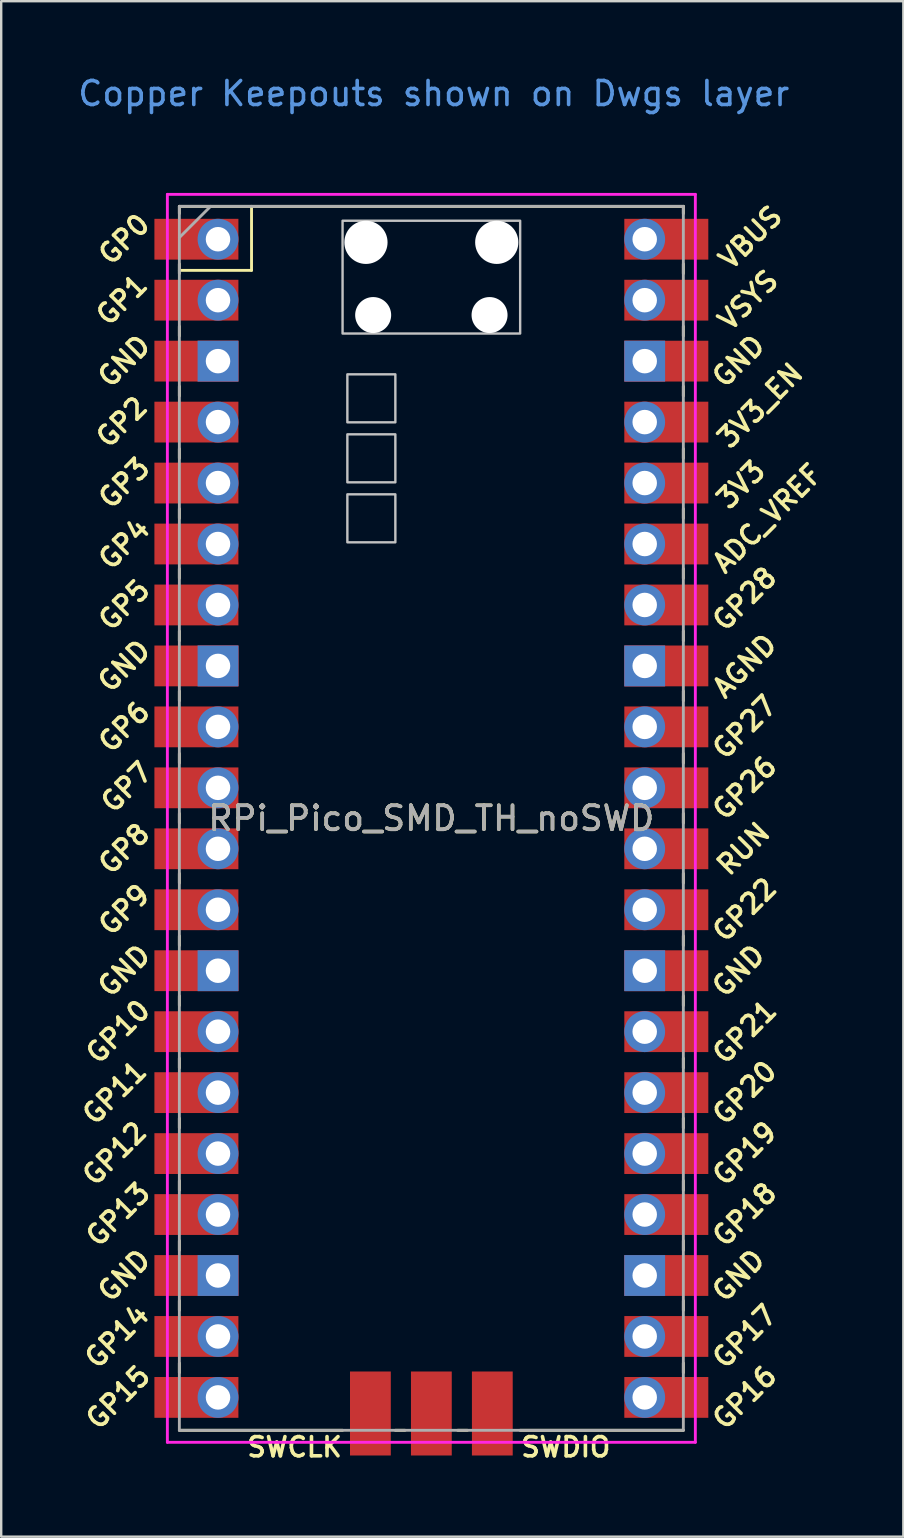
<source format=kicad_pcb>
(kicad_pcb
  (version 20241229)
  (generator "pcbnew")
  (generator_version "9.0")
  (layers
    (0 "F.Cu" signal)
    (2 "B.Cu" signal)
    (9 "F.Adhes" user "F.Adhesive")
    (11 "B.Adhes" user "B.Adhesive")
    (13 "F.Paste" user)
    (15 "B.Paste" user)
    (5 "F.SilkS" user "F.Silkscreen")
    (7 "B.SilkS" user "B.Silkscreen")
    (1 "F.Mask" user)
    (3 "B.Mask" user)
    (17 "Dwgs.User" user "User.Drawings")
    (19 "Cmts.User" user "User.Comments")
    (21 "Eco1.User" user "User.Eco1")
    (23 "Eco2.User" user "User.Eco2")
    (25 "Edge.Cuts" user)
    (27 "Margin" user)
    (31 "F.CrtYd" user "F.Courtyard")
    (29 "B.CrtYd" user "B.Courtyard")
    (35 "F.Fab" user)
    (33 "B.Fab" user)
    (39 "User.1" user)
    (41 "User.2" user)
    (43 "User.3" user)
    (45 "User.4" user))
  (footprint "RPi_Pico_SMD_TH_noSWD"
    (layer "F.Cu")
    (at 14.924 31.048)
    (property "Reference" "RPi_Pico_SMD_TH_noSWD" (at 0 0 0) (layer "F.SilkS") (effects (font (size 1 1) (thickness 0.15))))
    (attr through_hole)
    (fp_line (start -10.5 -25.5) (end -10.5 -25.2) (stroke (width 0.12) (type solid)) (layer "F.SilkS"))
    (fp_line (start -10.5 -25.5) (end 10.5 -25.5) (stroke (width 0.12) (type solid)) (layer "F.SilkS"))
    (fp_line (start -10.5 -23.1) (end -10.5 -22.7) (stroke (width 0.12) (type solid)) (layer "F.SilkS"))
    (fp_line (start -10.5 -22.833) (end -7.493 -22.833) (stroke (width 0.12) (type solid)) (layer "F.SilkS"))
    (fp_line (start -10.5 -20.5) (end -10.5 -20.1) (stroke (width 0.12) (type solid)) (layer "F.SilkS"))
    (fp_line (start -10.5 -18) (end -10.5 -17.6) (stroke (width 0.12) (type solid)) (layer "F.SilkS"))
    (fp_line (start -10.5 -15.4) (end -10.5 -15) (stroke (width 0.12) (type solid)) (layer "F.SilkS"))
    (fp_line (start -10.5 -12.9) (end -10.5 -12.5) (stroke (width 0.12) (type solid)) (layer "F.SilkS"))
    (fp_line (start -10.5 -10.4) (end -10.5 -10) (stroke (width 0.12) (type solid)) (layer "F.SilkS"))
    (fp_line (start -10.5 -7.8) (end -10.5 -7.4) (stroke (width 0.12) (type solid)) (layer "F.SilkS"))
    (fp_line (start -10.5 -5.3) (end -10.5 -4.9) (stroke (width 0.12) (type solid)) (layer "F.SilkS"))
    (fp_line (start -10.5 -2.7) (end -10.5 -2.3) (stroke (width 0.12) (type solid)) (layer "F.SilkS"))
    (fp_line (start -10.5 -0.2) (end -10.5 0.2) (stroke (width 0.12) (type solid)) (layer "F.SilkS"))
    (fp_line (start -10.5 2.3) (end -10.5 2.7) (stroke (width 0.12) (type solid)) (layer "F.SilkS"))
    (fp_line (start -10.5 4.9) (end -10.5 5.3) (stroke (width 0.12) (type solid)) (layer "F.SilkS"))
    (fp_line (start -10.5 7.4) (end -10.5 7.8) (stroke (width 0.12) (type solid)) (layer "F.SilkS"))
    (fp_line (start -10.5 10) (end -10.5 10.4) (stroke (width 0.12) (type solid)) (layer "F.SilkS"))
    (fp_line (start -10.5 12.5) (end -10.5 12.9) (stroke (width 0.12) (type solid)) (layer "F.SilkS"))
    (fp_line (start -10.5 15.1) (end -10.5 15.5) (stroke (width 0.12) (type solid)) (layer "F.SilkS"))
    (fp_line (start -10.5 17.6) (end -10.5 18) (stroke (width 0.12) (type solid)) (layer "F.SilkS"))
    (fp_line (start -10.5 20.1) (end -10.5 20.5) (stroke (width 0.12) (type solid)) (layer "F.SilkS"))
    (fp_line (start -10.5 22.7) (end -10.5 23.1) (stroke (width 0.12) (type solid)) (layer "F.SilkS"))
    (fp_line (start -7.493 -22.833) (end -7.493 -25.5) (stroke (width 0.12) (type solid)) (layer "F.SilkS"))
    (fp_line (start -3.7 25.5) (end -10.5 25.5) (stroke (width 0.12) (type solid)) (layer "F.SilkS"))
    (fp_line (start -1.5 25.5) (end -1.1 25.5) (stroke (width 0.12) (type solid)) (layer "F.SilkS"))
    (fp_line (start 1.1 25.5) (end 1.5 25.5) (stroke (width 0.12) (type solid)) (layer "F.SilkS"))
    (fp_line (start 10.5 -25.5) (end 10.5 -25.2) (stroke (width 0.12) (type solid)) (layer "F.SilkS"))
    (fp_line (start 10.5 -23.1) (end 10.5 -22.7) (stroke (width 0.12) (type solid)) (layer "F.SilkS"))
    (fp_line (start 10.5 -20.5) (end 10.5 -20.1) (stroke (width 0.12) (type solid)) (layer "F.SilkS"))
    (fp_line (start 10.5 -18) (end 10.5 -17.6) (stroke (width 0.12) (type solid)) (layer "F.SilkS"))
    (fp_line (start 10.5 -15.4) (end 10.5 -15) (stroke (width 0.12) (type solid)) (layer "F.SilkS"))
    (fp_line (start 10.5 -12.9) (end 10.5 -12.5) (stroke (width 0.12) (type solid)) (layer "F.SilkS"))
    (fp_line (start 10.5 -10.4) (end 10.5 -10) (stroke (width 0.12) (type solid)) (layer "F.SilkS"))
    (fp_line (start 10.5 -7.8) (end 10.5 -7.4) (stroke (width 0.12) (type solid)) (layer "F.SilkS"))
    (fp_line (start 10.5 -5.3) (end 10.5 -4.9) (stroke (width 0.12) (type solid)) (layer "F.SilkS"))
    (fp_line (start 10.5 -2.7) (end 10.5 -2.3) (stroke (width 0.12) (type solid)) (layer "F.SilkS"))
    (fp_line (start 10.5 -0.2) (end 10.5 0.2) (stroke (width 0.12) (type solid)) (layer "F.SilkS"))
    (fp_line (start 10.5 2.3) (end 10.5 2.7) (stroke (width 0.12) (type solid)) (layer "F.SilkS"))
    (fp_line (start 10.5 4.9) (end 10.5 5.3) (stroke (width 0.12) (type solid)) (layer "F.SilkS"))
    (fp_line (start 10.5 7.4) (end 10.5 7.8) (stroke (width 0.12) (type solid)) (layer "F.SilkS"))
    (fp_line (start 10.5 10) (end 10.5 10.4) (stroke (width 0.12) (type solid)) (layer "F.SilkS"))
    (fp_line (start 10.5 12.5) (end 10.5 12.9) (stroke (width 0.12) (type solid)) (layer "F.SilkS"))
    (fp_line (start 10.5 15.1) (end 10.5 15.5) (stroke (width 0.12) (type solid)) (layer "F.SilkS"))
    (fp_line (start 10.5 17.6) (end 10.5 18) (stroke (width 0.12) (type solid)) (layer "F.SilkS"))
    (fp_line (start 10.5 20.1) (end 10.5 20.5) (stroke (width 0.12) (type solid)) (layer "F.SilkS"))
    (fp_line (start 10.5 22.7) (end 10.5 23.1) (stroke (width 0.12) (type solid)) (layer "F.SilkS"))
    (fp_line (start 10.5 25.5) (end 3.7 25.5) (stroke (width 0.12) (type solid)) (layer "F.SilkS"))
    (fp_poly (pts (xy -1.5 -16.5) (xy -3.5 -16.5) (xy -3.5 -18.5) (xy -1.5 -18.5)) (stroke (width 0.1) (type solid)) (fill no) (layer "Dwgs.User"))
    (fp_poly (pts (xy -1.5 -14) (xy -3.5 -14) (xy -3.5 -16) (xy -1.5 -16)) (stroke (width 0.1) (type solid)) (fill no) (layer "Dwgs.User"))
    (fp_poly (pts (xy -1.5 -11.5) (xy -3.5 -11.5) (xy -3.5 -13.5) (xy -1.5 -13.5)) (stroke (width 0.1) (type solid)) (fill no) (layer "Dwgs.User"))
    (fp_poly (pts (xy 3.7 -20.2) (xy -3.7 -20.2) (xy -3.7 -24.9) (xy 3.7 -24.9)) (stroke (width 0.1) (type solid)) (fill no) (layer "Dwgs.User"))
    (fp_line (start -11 -26) (end 11 -26) (stroke (width 0.12) (type solid)) (layer "F.CrtYd"))
    (fp_line (start -11 26) (end -11 -26) (stroke (width 0.12) (type solid)) (layer "F.CrtYd"))
    (fp_line (start 11 -26) (end 11 26) (stroke (width 0.12) (type solid)) (layer "F.CrtYd"))
    (fp_line (start 11 26) (end -11 26) (stroke (width 0.12) (type solid)) (layer "F.CrtYd"))
    (fp_line (start -10.5 -25.5) (end 10.5 -25.5) (stroke (width 0.12) (type solid)) (layer "F.Fab"))
    (fp_line (start -10.5 -24.2) (end -9.2 -25.5) (stroke (width 0.12) (type solid)) (layer "F.Fab"))
    (fp_line (start -10.5 25.5) (end -10.5 -25.5) (stroke (width 0.12) (type solid)) (layer "F.Fab"))
    (fp_line (start 10.5 -25.5) (end 10.5 25.5) (stroke (width 0.12) (type solid)) (layer "F.Fab"))
    (fp_line (start 10.5 25.5) (end -10.5 25.5) (stroke (width 0.12) (type solid)) (layer "F.Fab"))
    (fp_text user "GP5" (at -12.8 -8.89 45) (layer "F.SilkS") (effects (font (size 0.8 0.8) (thickness 0.15))))
    (fp_text user "SWDIO" (at 5.6 26.2 0) (layer "F.SilkS") (effects (font (size 0.8 0.8) (thickness 0.15))))
    (fp_text user "GP13" (at -13.054 16.51 45) (layer "F.SilkS") (effects (font (size 0.8 0.8) (thickness 0.15))))
    (fp_text user "GP26" (at 13.054 -1.27 45) (layer "F.SilkS") (effects (font (size 0.8 0.8) (thickness 0.15))))
    (fp_text user "AGND" (at 13.054 -6.35 45) (layer "F.SilkS") (effects (font (size 0.8 0.8) (thickness 0.15))))
    (fp_text user "GP11" (at -13.2 11.43 45) (layer "F.SilkS") (effects (font (size 0.8 0.8) (thickness 0.15))))
    (fp_text user "GP21" (at 13.054 8.9 45) (layer "F.SilkS") (effects (font (size 0.8 0.8) (thickness 0.15))))
    (fp_text user "RUN" (at 13 1.27 45) (layer "F.SilkS") (effects (font (size 0.8 0.8) (thickness 0.15))))
    (fp_text user "GND" (at 12.8 6.35 45) (layer "F.SilkS") (effects (font (size 0.8 0.8) (thickness 0.15))))
    (fp_text user "GP27" (at 13.054 -3.8 45) (layer "F.SilkS") (effects (font (size 0.8 0.8) (thickness 0.15))))
    (fp_text user "GP14" (at -13.1 21.59 45) (layer "F.SilkS") (effects (font (size 0.8 0.8) (thickness 0.15))))
    (fp_text user "GP20" (at 13.054 11.43 45) (layer "F.SilkS") (effects (font (size 0.8 0.8) (thickness 0.15))))
    (fp_text user "VSYS" (at 13.2 -21.59 45) (layer "F.SilkS") (effects (font (size 0.8 0.8) (thickness 0.15))))
    (fp_text user "GP18" (at 13.054 16.51 45) (layer "F.SilkS") (effects (font (size 0.8 0.8) (thickness 0.15))))
    (fp_text user "GP4" (at -12.8 -11.43 45) (layer "F.SilkS") (effects (font (size 0.8 0.8) (thickness 0.15))))
    (fp_text user "GP6" (at -12.8 -3.81 45) (layer "F.SilkS") (effects (font (size 0.8 0.8) (thickness 0.15))))
    (fp_text user "3V3_EN" (at 13.7 -17.2 45) (layer "F.SilkS") (effects (font (size 0.8 0.8) (thickness 0.15))))
    (fp_text user "ADC_VREF" (at 14 -12.5 45) (layer "F.SilkS") (effects (font (size 0.8 0.8) (thickness 0.15))))
    (fp_text user "GP9" (at -12.8 3.81 45) (layer "F.SilkS") (effects (font (size 0.8 0.8) (thickness 0.15))))
    (fp_text user "GP22" (at 13.054 3.81 45) (layer "F.SilkS") (effects (font (size 0.8 0.8) (thickness 0.15))))
    (fp_text user "GND" (at -12.8 -6.35 45) (layer "F.SilkS") (effects (font (size 0.8 0.8) (thickness 0.15))))
    (fp_text user "GP19" (at 13.054 13.97 45) (layer "F.SilkS") (effects (font (size 0.8 0.8) (thickness 0.15))))
    (fp_text user "GP15" (at -13.054 24.13 45) (layer "F.SilkS") (effects (font (size 0.8 0.8) (thickness 0.15))))
    (fp_text user "GP0" (at -12.8 -24.13 45) (layer "F.SilkS") (effects (font (size 0.8 0.8) (thickness 0.15))))
    (fp_text user "GND" (at 12.8 -19.05 45) (layer "F.SilkS") (effects (font (size 0.8 0.8) (thickness 0.15))))
    (fp_text user "GP7" (at -12.7 -1.3 45) (layer "F.SilkS") (effects (font (size 0.8 0.8) (thickness 0.15))))
    (fp_text user "GP3" (at -12.8 -13.97 45) (layer "F.SilkS") (effects (font (size 0.8 0.8) (thickness 0.15))))
    (fp_text user "GND" (at -12.8 6.35 45) (layer "F.SilkS") (effects (font (size 0.8 0.8) (thickness 0.15))))
    (fp_text user "GP12" (at -13.2 13.97 45) (layer "F.SilkS") (effects (font (size 0.8 0.8) (thickness 0.15))))
    (fp_text user "GND" (at -12.8 -19.05 45) (layer "F.SilkS") (effects (font (size 0.8 0.8) (thickness 0.15))))
    (fp_text user "GP10" (at -13.054 8.89 45) (layer "F.SilkS") (effects (font (size 0.8 0.8) (thickness 0.15))))
    (fp_text user "GP28" (at 13.054 -9.144 45) (layer "F.SilkS") (effects (font (size 0.8 0.8) (thickness 0.15))))
    (fp_text user "GP2" (at -12.9 -16.51 45) (layer "F.SilkS") (effects (font (size 0.8 0.8) (thickness 0.15))))
    (fp_text user "GP16" (at 13.054 24.13 45) (layer "F.SilkS") (effects (font (size 0.8 0.8) (thickness 0.15))))
    (fp_text user "SWCLK" (at -5.7 26.2 0) (layer "F.SilkS") (effects (font (size 0.8 0.8) (thickness 0.15))))
    (fp_text user "GP8" (at -12.8 1.27 45) (layer "F.SilkS") (effects (font (size 0.8 0.8) (thickness 0.15))))
    (fp_text user "GND" (at -12.8 19.05 45) (layer "F.SilkS") (effects (font (size 0.8 0.8) (thickness 0.15))))
    (fp_text user "GP17" (at 13.054 21.59 45) (layer "F.SilkS") (effects (font (size 0.8 0.8) (thickness 0.15))))
    (fp_text user "GP1" (at -12.9 -21.6 45) (layer "F.SilkS") (effects (font (size 0.8 0.8) (thickness 0.15))))
    (fp_text user "GND" (at 12.8 19.05 45) (layer "F.SilkS") (effects (font (size 0.8 0.8) (thickness 0.15))))
    (fp_text user "3V3" (at 12.9 -13.9 45) (layer "F.SilkS") (effects (font (size 0.8 0.8) (thickness 0.15))))
    (fp_text user "VBUS" (at 13.3 -24.2 45) (layer "F.SilkS") (effects (font (size 0.8 0.8) (thickness 0.15))))
    (fp_text user "Copper Keepouts shown on Dwgs layer" (at 0.1 -30.2 0) (layer "Cmts.User") (effects (font (size 1 1) (thickness 0.15))))
    (fp_text user "${REFERENCE}" (at 0 0 180) (layer "F.Fab") (effects (font (size 1 1) (thickness 0.15))))
    (pad "" np_thru_hole oval (at -2.725 -24) (size 1.8 1.8) (drill 1.8) (layers "*.Cu" "*.Mask"))
    (pad "" np_thru_hole oval (at -2.425 -20.97) (size 1.5 1.5) (drill 1.5) (layers "*.Cu" "*.Mask"))
    (pad "" np_thru_hole oval (at 2.425 -20.97) (size 1.5 1.5) (drill 1.5) (layers "*.Cu" "*.Mask"))
    (pad "" np_thru_hole oval (at 2.725 -24) (size 1.8 1.8) (drill 1.8) (layers "*.Cu" "*.Mask"))
    (pad "1" thru_hole oval (at -8.89 -24.13) (size 1.7 1.7) (drill 1.02) (layers "*.Cu" "*.Mask"))
    (pad "1" smd rect (at -8.89 -24.13) (size 3.5 1.7) (drill (offset -0.9 0)) (layers "F.Cu" "F.Mask"))
    (pad "2" thru_hole oval (at -8.89 -21.59) (size 1.7 1.7) (drill 1.02) (layers "*.Cu" "*.Mask"))
    (pad "2" smd rect (at -8.89 -21.59) (size 3.5 1.7) (drill (offset -0.9 0)) (layers "F.Cu" "F.Mask"))
    (pad "3" thru_hole rect (at -8.89 -19.05) (size 1.7 1.7) (drill 1.02) (layers "*.Cu" "*.Mask"))
    (pad "3" smd rect (at -8.89 -19.05) (size 3.5 1.7) (drill (offset -0.9 0)) (layers "F.Cu" "F.Mask"))
    (pad "4" thru_hole oval (at -8.89 -16.51) (size 1.7 1.7) (drill 1.02) (layers "*.Cu" "*.Mask"))
    (pad "4" smd rect (at -8.89 -16.51) (size 3.5 1.7) (drill (offset -0.9 0)) (layers "F.Cu" "F.Mask"))
    (pad "5" thru_hole oval (at -8.89 -13.97) (size 1.7 1.7) (drill 1.02) (layers "*.Cu" "*.Mask"))
    (pad "5" smd rect (at -8.89 -13.97) (size 3.5 1.7) (drill (offset -0.9 0)) (layers "F.Cu" "F.Mask"))
    (pad "6" thru_hole oval (at -8.89 -11.43) (size 1.7 1.7) (drill 1.02) (layers "*.Cu" "*.Mask"))
    (pad "6" smd rect (at -8.89 -11.43) (size 3.5 1.7) (drill (offset -0.9 0)) (layers "F.Cu" "F.Mask"))
    (pad "7" thru_hole oval (at -8.89 -8.89) (size 1.7 1.7) (drill 1.02) (layers "*.Cu" "*.Mask"))
    (pad "7" smd rect (at -8.89 -8.89) (size 3.5 1.7) (drill (offset -0.9 0)) (layers "F.Cu" "F.Mask"))
    (pad "8" thru_hole rect (at -8.89 -6.35) (size 1.7 1.7) (drill 1.02) (layers "*.Cu" "*.Mask"))
    (pad "8" smd rect (at -8.89 -6.35) (size 3.5 1.7) (drill (offset -0.9 0)) (layers "F.Cu" "F.Mask"))
    (pad "9" thru_hole oval (at -8.89 -3.81) (size 1.7 1.7) (drill 1.02) (layers "*.Cu" "*.Mask"))
    (pad "9" smd rect (at -8.89 -3.81) (size 3.5 1.7) (drill (offset -0.9 0)) (layers "F.Cu" "F.Mask"))
    (pad "10" thru_hole oval (at -8.89 -1.27) (size 1.7 1.7) (drill 1.02) (layers "*.Cu" "*.Mask"))
    (pad "10" smd rect (at -8.89 -1.27) (size 3.5 1.7) (drill (offset -0.9 0)) (layers "F.Cu" "F.Mask"))
    (pad "11" thru_hole oval (at -8.89 1.27) (size 1.7 1.7) (drill 1.02) (layers "*.Cu" "*.Mask"))
    (pad "11" smd rect (at -8.89 1.27) (size 3.5 1.7) (drill (offset -0.9 0)) (layers "F.Cu" "F.Mask"))
    (pad "12" thru_hole oval (at -8.89 3.81) (size 1.7 1.7) (drill 1.02) (layers "*.Cu" "*.Mask"))
    (pad "12" smd rect (at -8.89 3.81) (size 3.5 1.7) (drill (offset -0.9 0)) (layers "F.Cu" "F.Mask"))
    (pad "13" thru_hole rect (at -8.89 6.35) (size 1.7 1.7) (drill 1.02) (layers "*.Cu" "*.Mask"))
    (pad "13" smd rect (at -8.89 6.35) (size 3.5 1.7) (drill (offset -0.9 0)) (layers "F.Cu" "F.Mask"))
    (pad "14" thru_hole oval (at -8.89 8.89) (size 1.7 1.7) (drill 1.02) (layers "*.Cu" "*.Mask"))
    (pad "14" smd rect (at -8.89 8.89) (size 3.5 1.7) (drill (offset -0.9 0)) (layers "F.Cu" "F.Mask"))
    (pad "15" thru_hole oval (at -8.89 11.43) (size 1.7 1.7) (drill 1.02) (layers "*.Cu" "*.Mask"))
    (pad "15" smd rect (at -8.89 11.43) (size 3.5 1.7) (drill (offset -0.9 0)) (layers "F.Cu" "F.Mask"))
    (pad "16" thru_hole oval (at -8.89 13.97) (size 1.7 1.7) (drill 1.02) (layers "*.Cu" "*.Mask"))
    (pad "16" smd rect (at -8.89 13.97) (size 3.5 1.7) (drill (offset -0.9 0)) (layers "F.Cu" "F.Mask"))
    (pad "17" thru_hole oval (at -8.89 16.51) (size 1.7 1.7) (drill 1.02) (layers "*.Cu" "*.Mask"))
    (pad "17" smd rect (at -8.89 16.51) (size 3.5 1.7) (drill (offset -0.9 0)) (layers "F.Cu" "F.Mask"))
    (pad "18" thru_hole rect (at -8.89 19.05) (size 1.7 1.7) (drill 1.02) (layers "*.Cu" "*.Mask"))
    (pad "18" smd rect (at -8.89 19.05) (size 3.5 1.7) (drill (offset -0.9 0)) (layers "F.Cu" "F.Mask"))
    (pad "19" thru_hole oval (at -8.89 21.59) (size 1.7 1.7) (drill 1.02) (layers "*.Cu" "*.Mask"))
    (pad "19" smd rect (at -8.89 21.59) (size 3.5 1.7) (drill (offset -0.9 0)) (layers "F.Cu" "F.Mask"))
    (pad "20" thru_hole oval (at -8.89 24.13) (size 1.7 1.7) (drill 1.02) (layers "*.Cu" "*.Mask"))
    (pad "20" smd rect (at -8.89 24.13) (size 3.5 1.7) (drill (offset -0.9 0)) (layers "F.Cu" "F.Mask"))
    (pad "21" thru_hole oval (at 8.89 24.13) (size 1.7 1.7) (drill 1.02) (layers "*.Cu" "*.Mask"))
    (pad "21" smd rect (at 8.89 24.13) (size 3.5 1.7) (drill (offset 0.9 0)) (layers "F.Cu" "F.Mask"))
    (pad "22" thru_hole oval (at 8.89 21.59) (size 1.7 1.7) (drill 1.02) (layers "*.Cu" "*.Mask"))
    (pad "22" smd rect (at 8.89 21.59) (size 3.5 1.7) (drill (offset 0.9 0)) (layers "F.Cu" "F.Mask"))
    (pad "23" thru_hole rect (at 8.89 19.05) (size 1.7 1.7) (drill 1.02) (layers "*.Cu" "*.Mask"))
    (pad "23" smd rect (at 8.89 19.05) (size 3.5 1.7) (drill (offset 0.9 0)) (layers "F.Cu" "F.Mask"))
    (pad "24" thru_hole oval (at 8.89 16.51) (size 1.7 1.7) (drill 1.02) (layers "*.Cu" "*.Mask"))
    (pad "24" smd rect (at 8.89 16.51) (size 3.5 1.7) (drill (offset 0.9 0)) (layers "F.Cu" "F.Mask"))
    (pad "25" thru_hole oval (at 8.89 13.97) (size 1.7 1.7) (drill 1.02) (layers "*.Cu" "*.Mask"))
    (pad "25" smd rect (at 8.89 13.97) (size 3.5 1.7) (drill (offset 0.9 0)) (layers "F.Cu" "F.Mask"))
    (pad "26" thru_hole oval (at 8.89 11.43) (size 1.7 1.7) (drill 1.02) (layers "*.Cu" "*.Mask"))
    (pad "26" smd rect (at 8.89 11.43) (size 3.5 1.7) (drill (offset 0.9 0)) (layers "F.Cu" "F.Mask"))
    (pad "27" thru_hole oval (at 8.89 8.89) (size 1.7 1.7) (drill 1.02) (layers "*.Cu" "*.Mask"))
    (pad "27" smd rect (at 8.89 8.89) (size 3.5 1.7) (drill (offset 0.9 0)) (layers "F.Cu" "F.Mask"))
    (pad "28" thru_hole rect (at 8.89 6.35) (size 1.7 1.7) (drill 1.02) (layers "*.Cu" "*.Mask"))
    (pad "28" smd rect (at 8.89 6.35) (size 3.5 1.7) (drill (offset 0.9 0)) (layers "F.Cu" "F.Mask"))
    (pad "29" thru_hole oval (at 8.89 3.81) (size 1.7 1.7) (drill 1.02) (layers "*.Cu" "*.Mask"))
    (pad "29" smd rect (at 8.89 3.81) (size 3.5 1.7) (drill (offset 0.9 0)) (layers "F.Cu" "F.Mask"))
    (pad "30" thru_hole oval (at 8.89 1.27) (size 1.7 1.7) (drill 1.02) (layers "*.Cu" "*.Mask"))
    (pad "30" smd rect (at 8.89 1.27) (size 3.5 1.7) (drill (offset 0.9 0)) (layers "F.Cu" "F.Mask"))
    (pad "31" thru_hole oval (at 8.89 -1.27) (size 1.7 1.7) (drill 1.02) (layers "*.Cu" "*.Mask"))
    (pad "31" smd rect (at 8.89 -1.27) (size 3.5 1.7) (drill (offset 0.9 0)) (layers "F.Cu" "F.Mask"))
    (pad "32" thru_hole oval (at 8.89 -3.81) (size 1.7 1.7) (drill 1.02) (layers "*.Cu" "*.Mask"))
    (pad "32" smd rect (at 8.89 -3.81) (size 3.5 1.7) (drill (offset 0.9 0)) (layers "F.Cu" "F.Mask"))
    (pad "33" thru_hole rect (at 8.89 -6.35) (size 1.7 1.7) (drill 1.02) (layers "*.Cu" "*.Mask"))
    (pad "33" smd rect (at 8.89 -6.35) (size 3.5 1.7) (drill (offset 0.9 0)) (layers "F.Cu" "F.Mask"))
    (pad "34" thru_hole oval (at 8.89 -8.89) (size 1.7 1.7) (drill 1.02) (layers "*.Cu" "*.Mask"))
    (pad "34" smd rect (at 8.89 -8.89) (size 3.5 1.7) (drill (offset 0.9 0)) (layers "F.Cu" "F.Mask"))
    (pad "35" thru_hole oval (at 8.89 -11.43) (size 1.7 1.7) (drill 1.02) (layers "*.Cu" "*.Mask"))
    (pad "35" smd rect (at 8.89 -11.43) (size 3.5 1.7) (drill (offset 0.9 0)) (layers "F.Cu" "F.Mask"))
    (pad "36" thru_hole oval (at 8.89 -13.97) (size 1.7 1.7) (drill 1.02) (layers "*.Cu" "*.Mask"))
    (pad "36" smd rect (at 8.89 -13.97) (size 3.5 1.7) (drill (offset 0.9 0)) (layers "F.Cu" "F.Mask"))
    (pad "37" thru_hole oval (at 8.89 -16.51) (size 1.7 1.7) (drill 1.02) (layers "*.Cu" "*.Mask"))
    (pad "37" smd rect (at 8.89 -16.51) (size 3.5 1.7) (drill (offset 0.9 0)) (layers "F.Cu" "F.Mask"))
    (pad "38" thru_hole rect (at 8.89 -19.05) (size 1.7 1.7) (drill 1.02) (layers "*.Cu" "*.Mask"))
    (pad "38" smd rect (at 8.89 -19.05) (size 3.5 1.7) (drill (offset 0.9 0)) (layers "F.Cu" "F.Mask"))
    (pad "39" thru_hole oval (at 8.89 -21.59) (size 1.7 1.7) (drill 1.02) (layers "*.Cu" "*.Mask"))
    (pad "39" smd rect (at 8.89 -21.59) (size 3.5 1.7) (drill (offset 0.9 0)) (layers "F.Cu" "F.Mask"))
    (pad "40" thru_hole oval (at 8.89 -24.13) (size 1.7 1.7) (drill 1.02) (layers "*.Cu" "*.Mask"))
    (pad "40" smd rect (at 8.89 -24.13) (size 3.5 1.7) (drill (offset 0.9 0)) (layers "F.Cu" "F.Mask"))
    (pad "41" smd rect (at -2.54 23.9 90) (size 3.5 1.7) (drill (offset -0.9 0)) (layers "F.Cu" "F.Mask"))
    (pad "42" smd rect (at 0 23.9 90) (size 3.5 1.7) (drill (offset -0.9 0)) (layers "F.Cu" "F.Mask"))
    (pad "43" smd rect (at 2.54 23.9 90) (size 3.5 1.7) (drill (offset -0.9 0)) (layers "F.Cu" "F.Mask")))
  (gr_rect
    (start -3 -3)
    (end 34.591 60.98)
    (stroke (width 0.1) (type default))
    (fill no)
    (layer "Edge.Cuts")))
</source>
